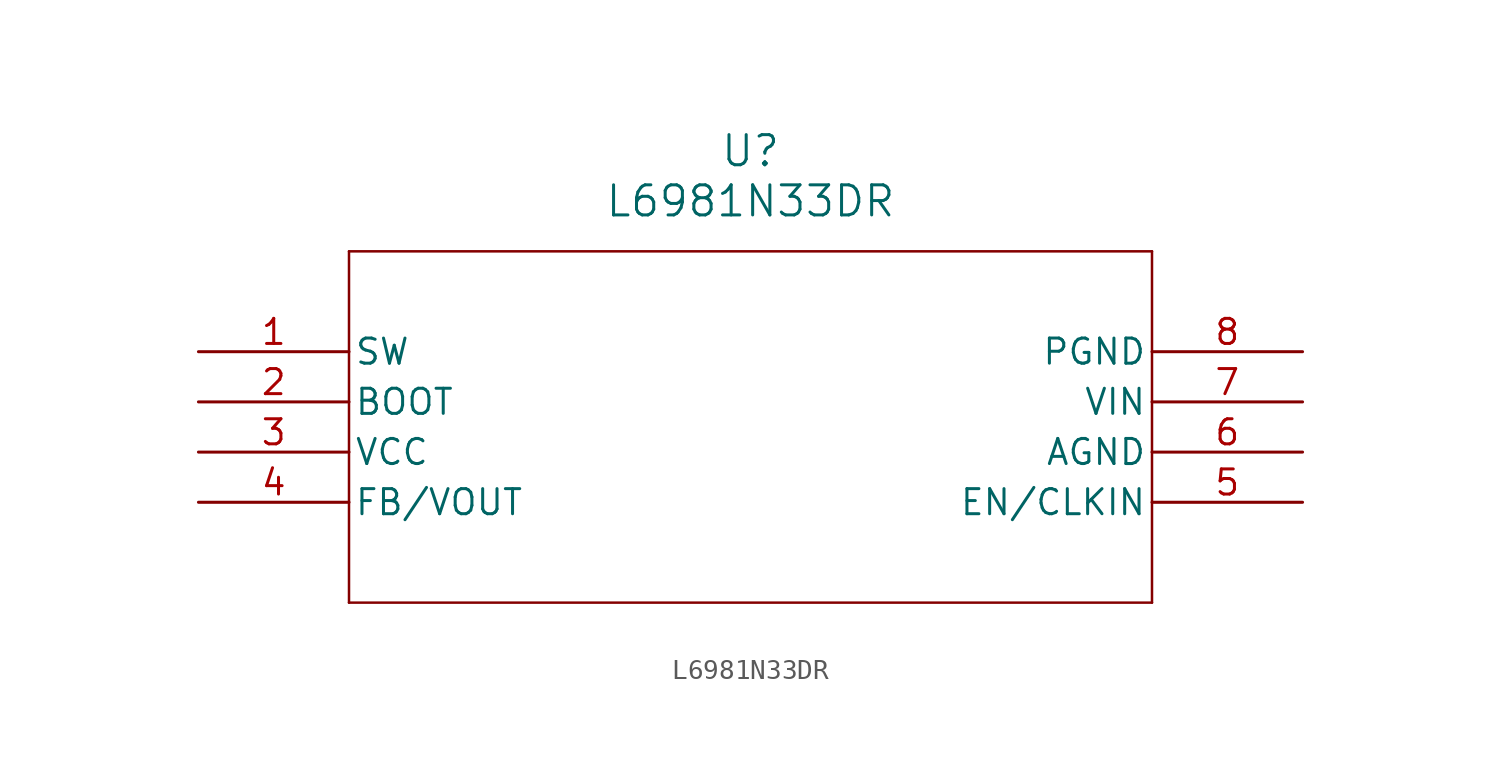
<source format=kicad_sym>
(kicad_symbol_lib
  (version 20211014)
  (generator kicad_symbol_editor)
  (symbol "L6981N33DR"
    (pin_names
      (offset 0.254))
    (property "Reference" "U"
      (at 27.94 10.16 0)
      (effects (font (size 1.524 1.524))))
    (property "Value" "L6981N33DR"
      (at 27.94 7.62 0)
      (effects (font (size 1.524 1.524))))
    (symbol "L6981N33DR_0_1"
      (polyline (pts (xy 7.62 5.08) (xy 7.62 -12.7)) (stroke (width 0.127) (type default) (color 0 0 0 0)) (fill (type none)))
      (polyline (pts (xy 7.62 -12.7) (xy 48.26 -12.7)) (stroke (width 0.127) (type default) (color 0 0 0 0)) (fill (type none)))
      (polyline (pts (xy 48.26 -12.7) (xy 48.26 5.08)) (stroke (width 0.127) (type default) (color 0 0 0 0)) (fill (type none)))
      (polyline (pts (xy 48.26 5.08) (xy 7.62 5.08)) (stroke (width 0.127) (type default) (color 0 0 0 0)) (fill (type none)))
      (pin bidirectional line (at 0 0 0) (length 7.62) (name "SW" (effects (font (size 1.27 1.27)))) (number "1" (effects (font (size 1.27 1.27)))))
      (pin unspecified line (at 0 -2.54 0) (length 7.62) (name "BOOT" (effects (font (size 1.27 1.27)))) (number "2" (effects (font (size 1.27 1.27)))))
      (pin power_in line (at 0 -5.08 0) (length 7.62) (name "VCC" (effects (font (size 1.27 1.27)))) (number "3" (effects (font (size 1.27 1.27)))))
      (pin output line (at 0 -7.62 0) (length 7.62) (name "FB/VOUT" (effects (font (size 1.27 1.27)))) (number "4" (effects (font (size 1.27 1.27)))))
      (pin input line (at 55.88 -7.62 180) (length 7.62) (name "EN/CLKIN" (effects (font (size 1.27 1.27)))) (number "5" (effects (font (size 1.27 1.27)))))
      (pin power_out line (at 55.88 -5.08 180) (length 7.62) (name "AGND" (effects (font (size 1.27 1.27)))) (number "6" (effects (font (size 1.27 1.27)))))
      (pin power_in line (at 55.88 -2.54 180) (length 7.62) (name "VIN" (effects (font (size 1.27 1.27)))) (number "7" (effects (font (size 1.27 1.27)))))
      (pin power_out line (at 55.88 0 180) (length 7.62) (name "PGND" (effects (font (size 1.27 1.27)))) (number "8" (effects (font (size 1.27 1.27))))))))
</source>
